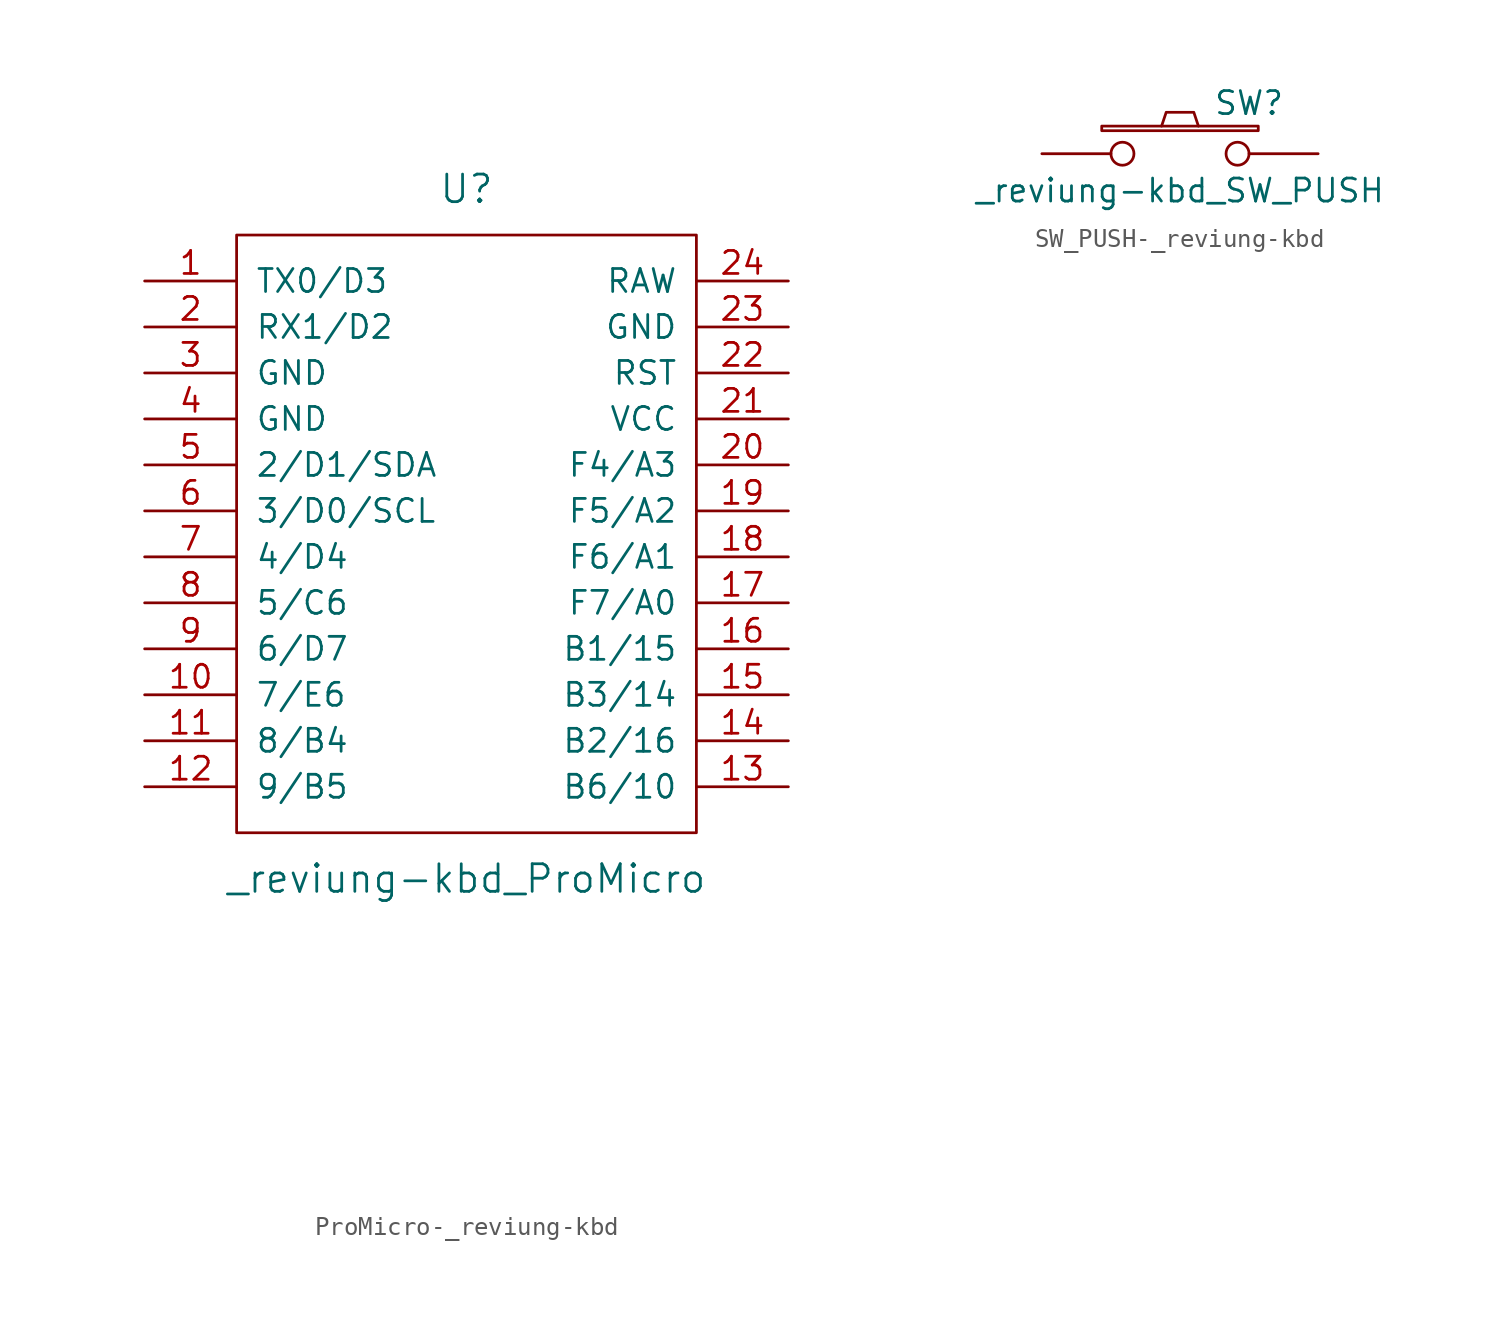
<source format=kicad_sym>
(kicad_symbol_lib
  (version 20231120)
  (generator "kicad_symbol_editor")
  (generator_version "8.0")
  (symbol "ProMicro-_reviung-kbd"
    (pin_names
      (offset 1.016))
    (property "Reference" "U"
      (at 0 24.13 0)
      (effects (font (size 1.524 1.524))))
    (property "Value" "_reviung-kbd_ProMicro"
      (at 0 -13.97 0)
      (effects (font (size 1.524 1.524))))
    (property "Footprint" ""
      (at 2.54 -26.67 0)
      (effects (font (size 1.524 1.524))))
    (property "Datasheet" ""
      (at 2.54 -26.67 0)
      (effects (font (size 1.524 1.524))))
    (symbol "ProMicro-_reviung-kbd_0_1"
      (rectangle (start -12.7 21.59) (end 12.7 -11.43) (stroke (width 0) (type solid)) (fill (type none))))
    (symbol "ProMicro-_reviung-kbd_1_1"
      (pin bidirectional line (at -17.78 19.05 0) (length 5.08) (name "TX0/D3" (effects (font (size 1.27 1.27)))) (number "1" (effects (font (size 1.27 1.27)))))
      (pin bidirectional line (at -17.78 -3.81 0) (length 5.08) (name "7/E6" (effects (font (size 1.27 1.27)))) (number "10" (effects (font (size 1.27 1.27)))))
      (pin bidirectional line (at -17.78 -6.35 0) (length 5.08) (name "8/B4" (effects (font (size 1.27 1.27)))) (number "11" (effects (font (size 1.27 1.27)))))
      (pin bidirectional line (at -17.78 -8.89 0) (length 5.08) (name "9/B5" (effects (font (size 1.27 1.27)))) (number "12" (effects (font (size 1.27 1.27)))))
      (pin bidirectional line (at 17.78 -8.89 180) (length 5.08) (name "B6/10" (effects (font (size 1.27 1.27)))) (number "13" (effects (font (size 1.27 1.27)))))
      (pin bidirectional line (at 17.78 -6.35 180) (length 5.08) (name "B2/16" (effects (font (size 1.27 1.27)))) (number "14" (effects (font (size 1.27 1.27)))))
      (pin bidirectional line (at 17.78 -3.81 180) (length 5.08) (name "B3/14" (effects (font (size 1.27 1.27)))) (number "15" (effects (font (size 1.27 1.27)))))
      (pin bidirectional line (at 17.78 -1.27 180) (length 5.08) (name "B1/15" (effects (font (size 1.27 1.27)))) (number "16" (effects (font (size 1.27 1.27)))))
      (pin bidirectional line (at 17.78 1.27 180) (length 5.08) (name "F7/A0" (effects (font (size 1.27 1.27)))) (number "17" (effects (font (size 1.27 1.27)))))
      (pin bidirectional line (at 17.78 3.81 180) (length 5.08) (name "F6/A1" (effects (font (size 1.27 1.27)))) (number "18" (effects (font (size 1.27 1.27)))))
      (pin bidirectional line (at 17.78 6.35 180) (length 5.08) (name "F5/A2" (effects (font (size 1.27 1.27)))) (number "19" (effects (font (size 1.27 1.27)))))
      (pin bidirectional line (at -17.78 16.51 0) (length 5.08) (name "RX1/D2" (effects (font (size 1.27 1.27)))) (number "2" (effects (font (size 1.27 1.27)))))
      (pin bidirectional line (at 17.78 8.89 180) (length 5.08) (name "F4/A3" (effects (font (size 1.27 1.27)))) (number "20" (effects (font (size 1.27 1.27)))))
      (pin power_in line (at 17.78 11.43 180) (length 5.08) (name "VCC" (effects (font (size 1.27 1.27)))) (number "21" (effects (font (size 1.27 1.27)))))
      (pin input line (at 17.78 13.97 180) (length 5.08) (name "RST" (effects (font (size 1.27 1.27)))) (number "22" (effects (font (size 1.27 1.27)))))
      (pin power_in line (at 17.78 16.51 180) (length 5.08) (name "GND" (effects (font (size 1.27 1.27)))) (number "23" (effects (font (size 1.27 1.27)))))
      (pin power_out line (at 17.78 19.05 180) (length 5.08) (name "RAW" (effects (font (size 1.27 1.27)))) (number "24" (effects (font (size 1.27 1.27)))))
      (pin power_in line (at -17.78 13.97 0) (length 5.08) (name "GND" (effects (font (size 1.27 1.27)))) (number "3" (effects (font (size 1.27 1.27)))))
      (pin power_in line (at -17.78 11.43 0) (length 5.08) (name "GND" (effects (font (size 1.27 1.27)))) (number "4" (effects (font (size 1.27 1.27)))))
      (pin bidirectional line (at -17.78 8.89 0) (length 5.08) (name "2/D1/SDA" (effects (font (size 1.27 1.27)))) (number "5" (effects (font (size 1.27 1.27)))))
      (pin bidirectional line (at -17.78 6.35 0) (length 5.08) (name "3/D0/SCL" (effects (font (size 1.27 1.27)))) (number "6" (effects (font (size 1.27 1.27)))))
      (pin bidirectional line (at -17.78 3.81 0) (length 5.08) (name "4/D4" (effects (font (size 1.27 1.27)))) (number "7" (effects (font (size 1.27 1.27)))))
      (pin bidirectional line (at -17.78 1.27 0) (length 5.08) (name "5/C6" (effects (font (size 1.27 1.27)))) (number "8" (effects (font (size 1.27 1.27)))))
      (pin bidirectional line (at -17.78 -1.27 0) (length 5.08) (name "6/D7" (effects (font (size 1.27 1.27)))) (number "9" (effects (font (size 1.27 1.27)))))))
  (symbol "SW_PUSH-_reviung-kbd"
    (pin_numbers hide)
    (pin_names
      (offset 1.016) hide)
    (property "Reference" "SW"
      (at 3.81 2.794 0)
      (effects (font (size 1.27 1.27))))
    (property "Value" "_reviung-kbd_SW_PUSH"
      (at 0 -2.032 0)
      (effects (font (size 1.27 1.27))))
    (property "Footprint" ""
      (at 0 0 0)
      (effects (font (size 1.27 1.27))))
    (property "Datasheet" ""
      (at 0 0 0)
      (effects (font (size 1.27 1.27))))
    (symbol "SW_PUSH-_reviung-kbd_0_1"
      (rectangle (start -4.318 1.27) (end 4.318 1.524) (stroke (width 0) (type solid)) (fill (type none)))
      (polyline (pts (xy -1.016 1.524) (xy -0.762 2.286) (xy 0.762 2.286) (xy 1.016 1.524)) (stroke (width 0) (type solid)) (fill (type none)))
      (pin passive inverted (at -7.62 0 0) (length 5.08) (name "1" (effects (font (size 1.27 1.27)))) (number "1" (effects (font (size 1.27 1.27)))))
      (pin passive inverted (at 7.62 0 180) (length 5.08) (name "2" (effects (font (size 1.27 1.27)))) (number "2" (effects (font (size 1.27 1.27))))))))
</source>
